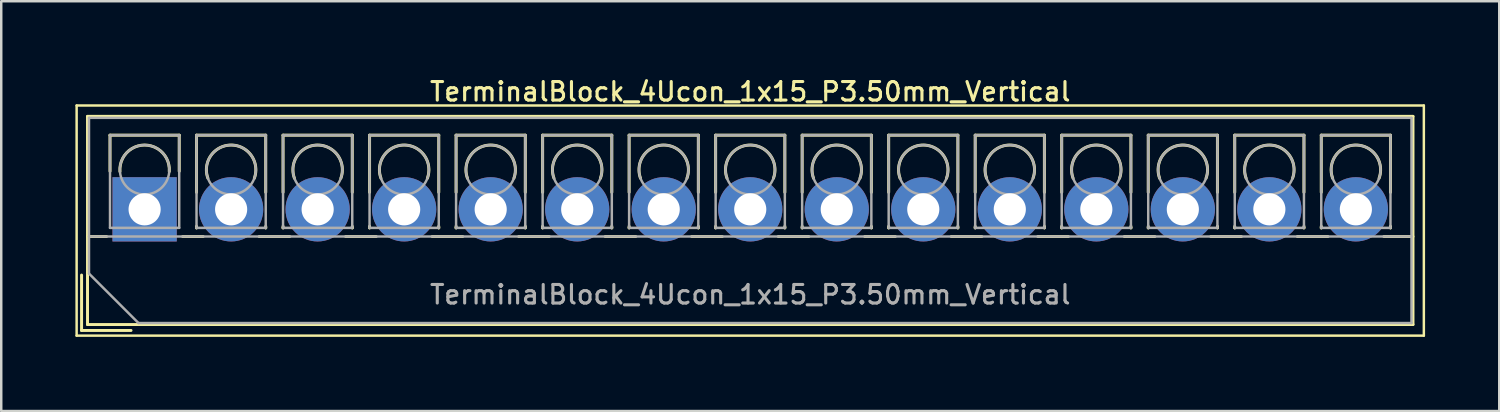
<source format=kicad_pcb>
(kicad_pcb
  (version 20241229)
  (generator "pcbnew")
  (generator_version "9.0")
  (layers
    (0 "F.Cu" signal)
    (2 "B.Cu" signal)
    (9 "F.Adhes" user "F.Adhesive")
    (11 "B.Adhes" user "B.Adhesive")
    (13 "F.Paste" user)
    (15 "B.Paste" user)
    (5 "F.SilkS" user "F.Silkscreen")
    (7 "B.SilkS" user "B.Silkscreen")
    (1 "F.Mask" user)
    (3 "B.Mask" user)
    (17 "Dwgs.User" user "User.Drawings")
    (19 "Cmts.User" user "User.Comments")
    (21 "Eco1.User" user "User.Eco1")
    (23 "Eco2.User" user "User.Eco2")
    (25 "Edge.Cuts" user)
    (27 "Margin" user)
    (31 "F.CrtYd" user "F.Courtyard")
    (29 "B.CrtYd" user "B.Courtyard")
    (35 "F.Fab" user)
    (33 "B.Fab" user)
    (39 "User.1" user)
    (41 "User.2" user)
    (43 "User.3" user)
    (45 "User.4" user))
  (footprint "TerminalBlock_4Ucon_1x15_P3.50mm_Vertical"
    (layer "F.Cu")
    (at 2.8 5.418)
    (property "Reference" "TerminalBlock_4Ucon_1x15_P3.50mm_Vertical" (at 24.5 -4.76 0) (layer "F.SilkS") (effects (font (size 0.75 0.75) (thickness 0.125))))
    (attr through_hole)
    (fp_line (start -2.75 -4.2) (end -2.75 5.11) (stroke (width 0.1) (type solid)) (layer "F.SilkS"))
    (fp_line (start -2.75 5.11) (end 51.75 5.11) (stroke (width 0.1) (type solid)) (layer "F.SilkS"))
    (fp_line (start -2.55 2.66) (end -2.55 4.9) (stroke (width 0.12) (type solid)) (layer "F.SilkS"))
    (fp_line (start -2.55 4.9) (end -0.55 4.9) (stroke (width 0.12) (type solid)) (layer "F.SilkS"))
    (fp_line (start -2.31 -3.76) (end -2.31 4.66) (stroke (width 0.12) (type solid)) (layer "F.SilkS"))
    (fp_line (start -2.31 -3.76) (end 51.31 -3.76) (stroke (width 0.12) (type solid)) (layer "F.SilkS"))
    (fp_line (start -2.31 1.101) (end -1.54 1.101) (stroke (width 0.12) (type solid)) (layer "F.SilkS"))
    (fp_line (start -2.31 4.66) (end 51.31 4.66) (stroke (width 0.12) (type solid)) (layer "F.SilkS"))
    (fp_line (start -1.4 -3) (end -1.4 -1.54) (stroke (width 0.12) (type solid)) (layer "F.SilkS"))
    (fp_line (start -1.4 -3) (end 1.4 -3) (stroke (width 0.12) (type solid)) (layer "F.SilkS"))
    (fp_line (start 1.4 -3) (end 1.4 -1.54) (stroke (width 0.12) (type solid)) (layer "F.SilkS"))
    (fp_line (start 1.54 1.101) (end 2.367 1.101) (stroke (width 0.12) (type solid)) (layer "F.SilkS"))
    (fp_line (start 2.1 -3) (end 2.1 -0.689) (stroke (width 0.12) (type solid)) (layer "F.SilkS"))
    (fp_line (start 2.1 -3) (end 4.9 -3) (stroke (width 0.12) (type solid)) (layer "F.SilkS"))
    (fp_line (start 2.1 0.689) (end 2.1 0.75) (stroke (width 0.12) (type solid)) (layer "F.SilkS"))
    (fp_line (start 2.1 0.75) (end 2.101 0.75) (stroke (width 0.12) (type solid)) (layer "F.SilkS"))
    (fp_line (start 4.634 1.101) (end 5.867 1.101) (stroke (width 0.12) (type solid)) (layer "F.SilkS"))
    (fp_line (start 4.9 -3) (end 4.9 -0.689) (stroke (width 0.12) (type solid)) (layer "F.SilkS"))
    (fp_line (start 4.9 0.689) (end 4.9 0.75) (stroke (width 0.12) (type solid)) (layer "F.SilkS"))
    (fp_line (start 4.9 0.75) (end 4.9 0.75) (stroke (width 0.12) (type solid)) (layer "F.SilkS"))
    (fp_line (start 5.6 -3) (end 5.6 -0.689) (stroke (width 0.12) (type solid)) (layer "F.SilkS"))
    (fp_line (start 5.6 -3) (end 8.4 -3) (stroke (width 0.12) (type solid)) (layer "F.SilkS"))
    (fp_line (start 5.6 0.689) (end 5.6 0.75) (stroke (width 0.12) (type solid)) (layer "F.SilkS"))
    (fp_line (start 5.6 0.75) (end 5.601 0.75) (stroke (width 0.12) (type solid)) (layer "F.SilkS"))
    (fp_line (start 8.134 1.101) (end 9.367 1.101) (stroke (width 0.12) (type solid)) (layer "F.SilkS"))
    (fp_line (start 8.4 -3) (end 8.4 -0.689) (stroke (width 0.12) (type solid)) (layer "F.SilkS"))
    (fp_line (start 8.4 0.689) (end 8.4 0.75) (stroke (width 0.12) (type solid)) (layer "F.SilkS"))
    (fp_line (start 8.4 0.75) (end 8.4 0.75) (stroke (width 0.12) (type solid)) (layer "F.SilkS"))
    (fp_line (start 9.1 -3) (end 9.1 -0.689) (stroke (width 0.12) (type solid)) (layer "F.SilkS"))
    (fp_line (start 9.1 -3) (end 11.9 -3) (stroke (width 0.12) (type solid)) (layer "F.SilkS"))
    (fp_line (start 9.1 0.689) (end 9.1 0.75) (stroke (width 0.12) (type solid)) (layer "F.SilkS"))
    (fp_line (start 9.1 0.75) (end 9.101 0.75) (stroke (width 0.12) (type solid)) (layer "F.SilkS"))
    (fp_line (start 11.634 1.101) (end 12.867 1.101) (stroke (width 0.12) (type solid)) (layer "F.SilkS"))
    (fp_line (start 11.9 -3) (end 11.9 -0.689) (stroke (width 0.12) (type solid)) (layer "F.SilkS"))
    (fp_line (start 11.9 0.689) (end 11.9 0.75) (stroke (width 0.12) (type solid)) (layer "F.SilkS"))
    (fp_line (start 11.9 0.75) (end 11.9 0.75) (stroke (width 0.12) (type solid)) (layer "F.SilkS"))
    (fp_line (start 12.6 -3) (end 12.6 -0.689) (stroke (width 0.12) (type solid)) (layer "F.SilkS"))
    (fp_line (start 12.6 -3) (end 15.4 -3) (stroke (width 0.12) (type solid)) (layer "F.SilkS"))
    (fp_line (start 12.6 0.689) (end 12.6 0.75) (stroke (width 0.12) (type solid)) (layer "F.SilkS"))
    (fp_line (start 12.6 0.75) (end 12.601 0.75) (stroke (width 0.12) (type solid)) (layer "F.SilkS"))
    (fp_line (start 15.134 1.101) (end 16.367 1.101) (stroke (width 0.12) (type solid)) (layer "F.SilkS"))
    (fp_line (start 15.4 -3) (end 15.4 -0.689) (stroke (width 0.12) (type solid)) (layer "F.SilkS"))
    (fp_line (start 15.4 0.689) (end 15.4 0.75) (stroke (width 0.12) (type solid)) (layer "F.SilkS"))
    (fp_line (start 15.4 0.75) (end 15.4 0.75) (stroke (width 0.12) (type solid)) (layer "F.SilkS"))
    (fp_line (start 16.101 -3) (end 16.101 -0.689) (stroke (width 0.12) (type solid)) (layer "F.SilkS"))
    (fp_line (start 16.101 -3) (end 18.9 -3) (stroke (width 0.12) (type solid)) (layer "F.SilkS"))
    (fp_line (start 16.101 0.689) (end 16.101 0.75) (stroke (width 0.12) (type solid)) (layer "F.SilkS"))
    (fp_line (start 16.101 0.75) (end 16.101 0.75) (stroke (width 0.12) (type solid)) (layer "F.SilkS"))
    (fp_line (start 18.634 1.101) (end 19.867 1.101) (stroke (width 0.12) (type solid)) (layer "F.SilkS"))
    (fp_line (start 18.9 -3) (end 18.9 -0.689) (stroke (width 0.12) (type solid)) (layer "F.SilkS"))
    (fp_line (start 18.9 0.689) (end 18.9 0.75) (stroke (width 0.12) (type solid)) (layer "F.SilkS"))
    (fp_line (start 18.9 0.75) (end 18.9 0.75) (stroke (width 0.12) (type solid)) (layer "F.SilkS"))
    (fp_line (start 19.6 -3) (end 19.6 -0.689) (stroke (width 0.12) (type solid)) (layer "F.SilkS"))
    (fp_line (start 19.6 -3) (end 22.4 -3) (stroke (width 0.12) (type solid)) (layer "F.SilkS"))
    (fp_line (start 19.6 0.689) (end 19.6 0.75) (stroke (width 0.12) (type solid)) (layer "F.SilkS"))
    (fp_line (start 19.6 0.75) (end 19.601 0.75) (stroke (width 0.12) (type solid)) (layer "F.SilkS"))
    (fp_line (start 22.134 1.101) (end 23.367 1.101) (stroke (width 0.12) (type solid)) (layer "F.SilkS"))
    (fp_line (start 22.4 -3) (end 22.4 -0.689) (stroke (width 0.12) (type solid)) (layer "F.SilkS"))
    (fp_line (start 22.4 0.689) (end 22.4 0.75) (stroke (width 0.12) (type solid)) (layer "F.SilkS"))
    (fp_line (start 22.4 0.75) (end 22.4 0.75) (stroke (width 0.12) (type solid)) (layer "F.SilkS"))
    (fp_line (start 23.1 -3) (end 23.1 -0.689) (stroke (width 0.12) (type solid)) (layer "F.SilkS"))
    (fp_line (start 23.1 -3) (end 25.9 -3) (stroke (width 0.12) (type solid)) (layer "F.SilkS"))
    (fp_line (start 23.1 0.689) (end 23.1 0.75) (stroke (width 0.12) (type solid)) (layer "F.SilkS"))
    (fp_line (start 23.1 0.75) (end 23.101 0.75) (stroke (width 0.12) (type solid)) (layer "F.SilkS"))
    (fp_line (start 25.634 1.101) (end 26.867 1.101) (stroke (width 0.12) (type solid)) (layer "F.SilkS"))
    (fp_line (start 25.9 -3) (end 25.9 -0.689) (stroke (width 0.12) (type solid)) (layer "F.SilkS"))
    (fp_line (start 25.9 0.689) (end 25.9 0.75) (stroke (width 0.12) (type solid)) (layer "F.SilkS"))
    (fp_line (start 25.9 0.75) (end 25.9 0.75) (stroke (width 0.12) (type solid)) (layer "F.SilkS"))
    (fp_line (start 26.6 -3) (end 26.6 -0.689) (stroke (width 0.12) (type solid)) (layer "F.SilkS"))
    (fp_line (start 26.6 -3) (end 29.4 -3) (stroke (width 0.12) (type solid)) (layer "F.SilkS"))
    (fp_line (start 26.6 0.689) (end 26.6 0.75) (stroke (width 0.12) (type solid)) (layer "F.SilkS"))
    (fp_line (start 26.6 0.75) (end 26.601 0.75) (stroke (width 0.12) (type solid)) (layer "F.SilkS"))
    (fp_line (start 29.134 1.101) (end 30.367 1.101) (stroke (width 0.12) (type solid)) (layer "F.SilkS"))
    (fp_line (start 29.4 -3) (end 29.4 -0.689) (stroke (width 0.12) (type solid)) (layer "F.SilkS"))
    (fp_line (start 29.4 0.689) (end 29.4 0.75) (stroke (width 0.12) (type solid)) (layer "F.SilkS"))
    (fp_line (start 29.4 0.75) (end 29.4 0.75) (stroke (width 0.12) (type solid)) (layer "F.SilkS"))
    (fp_line (start 30.1 -3) (end 30.1 -0.689) (stroke (width 0.12) (type solid)) (layer "F.SilkS"))
    (fp_line (start 30.1 -3) (end 32.9 -3) (stroke (width 0.12) (type solid)) (layer "F.SilkS"))
    (fp_line (start 30.1 0.689) (end 30.1 0.75) (stroke (width 0.12) (type solid)) (layer "F.SilkS"))
    (fp_line (start 30.1 0.75) (end 30.101 0.75) (stroke (width 0.12) (type solid)) (layer "F.SilkS"))
    (fp_line (start 32.634 1.101) (end 33.867 1.101) (stroke (width 0.12) (type solid)) (layer "F.SilkS"))
    (fp_line (start 32.9 -3) (end 32.9 -0.689) (stroke (width 0.12) (type solid)) (layer "F.SilkS"))
    (fp_line (start 32.9 0.689) (end 32.9 0.75) (stroke (width 0.12) (type solid)) (layer "F.SilkS"))
    (fp_line (start 32.9 0.75) (end 32.9 0.75) (stroke (width 0.12) (type solid)) (layer "F.SilkS"))
    (fp_line (start 33.6 -3) (end 33.6 -0.689) (stroke (width 0.12) (type solid)) (layer "F.SilkS"))
    (fp_line (start 33.6 -3) (end 36.4 -3) (stroke (width 0.12) (type solid)) (layer "F.SilkS"))
    (fp_line (start 33.6 0.689) (end 33.6 0.75) (stroke (width 0.12) (type solid)) (layer "F.SilkS"))
    (fp_line (start 33.6 0.75) (end 33.601 0.75) (stroke (width 0.12) (type solid)) (layer "F.SilkS"))
    (fp_line (start 36.134 1.101) (end 37.367 1.101) (stroke (width 0.12) (type solid)) (layer "F.SilkS"))
    (fp_line (start 36.4 -3) (end 36.4 -0.689) (stroke (width 0.12) (type solid)) (layer "F.SilkS"))
    (fp_line (start 36.4 0.689) (end 36.4 0.75) (stroke (width 0.12) (type solid)) (layer "F.SilkS"))
    (fp_line (start 36.4 0.75) (end 36.4 0.75) (stroke (width 0.12) (type solid)) (layer "F.SilkS"))
    (fp_line (start 37.1 -3) (end 37.1 -0.689) (stroke (width 0.12) (type solid)) (layer "F.SilkS"))
    (fp_line (start 37.1 -3) (end 39.9 -3) (stroke (width 0.12) (type solid)) (layer "F.SilkS"))
    (fp_line (start 37.1 0.689) (end 37.1 0.75) (stroke (width 0.12) (type solid)) (layer "F.SilkS"))
    (fp_line (start 37.1 0.75) (end 37.101 0.75) (stroke (width 0.12) (type solid)) (layer "F.SilkS"))
    (fp_line (start 39.634 1.101) (end 40.867 1.101) (stroke (width 0.12) (type solid)) (layer "F.SilkS"))
    (fp_line (start 39.9 -3) (end 39.9 -0.689) (stroke (width 0.12) (type solid)) (layer "F.SilkS"))
    (fp_line (start 39.9 0.689) (end 39.9 0.75) (stroke (width 0.12) (type solid)) (layer "F.SilkS"))
    (fp_line (start 39.9 0.75) (end 39.9 0.75) (stroke (width 0.12) (type solid)) (layer "F.SilkS"))
    (fp_line (start 40.6 -3) (end 40.6 -0.689) (stroke (width 0.12) (type solid)) (layer "F.SilkS"))
    (fp_line (start 40.6 -3) (end 43.4 -3) (stroke (width 0.12) (type solid)) (layer "F.SilkS"))
    (fp_line (start 40.6 0.689) (end 40.6 0.75) (stroke (width 0.12) (type solid)) (layer "F.SilkS"))
    (fp_line (start 40.6 0.75) (end 40.601 0.75) (stroke (width 0.12) (type solid)) (layer "F.SilkS"))
    (fp_line (start 43.134 1.101) (end 44.367 1.101) (stroke (width 0.12) (type solid)) (layer "F.SilkS"))
    (fp_line (start 43.4 -3) (end 43.4 -0.689) (stroke (width 0.12) (type solid)) (layer "F.SilkS"))
    (fp_line (start 43.4 0.689) (end 43.4 0.75) (stroke (width 0.12) (type solid)) (layer "F.SilkS"))
    (fp_line (start 43.4 0.75) (end 43.4 0.75) (stroke (width 0.12) (type solid)) (layer "F.SilkS"))
    (fp_line (start 44.1 -3) (end 44.1 -0.689) (stroke (width 0.12) (type solid)) (layer "F.SilkS"))
    (fp_line (start 44.1 -3) (end 46.9 -3) (stroke (width 0.12) (type solid)) (layer "F.SilkS"))
    (fp_line (start 44.1 0.689) (end 44.1 0.75) (stroke (width 0.12) (type solid)) (layer "F.SilkS"))
    (fp_line (start 44.1 0.75) (end 44.101 0.75) (stroke (width 0.12) (type solid)) (layer "F.SilkS"))
    (fp_line (start 46.634 1.101) (end 47.867 1.101) (stroke (width 0.12) (type solid)) (layer "F.SilkS"))
    (fp_line (start 46.9 -3) (end 46.9 -0.689) (stroke (width 0.12) (type solid)) (layer "F.SilkS"))
    (fp_line (start 46.9 0.689) (end 46.9 0.75) (stroke (width 0.12) (type solid)) (layer "F.SilkS"))
    (fp_line (start 46.9 0.75) (end 46.9 0.75) (stroke (width 0.12) (type solid)) (layer "F.SilkS"))
    (fp_line (start 47.6 -3) (end 47.6 -0.689) (stroke (width 0.12) (type solid)) (layer "F.SilkS"))
    (fp_line (start 47.6 -3) (end 50.4 -3) (stroke (width 0.12) (type solid)) (layer "F.SilkS"))
    (fp_line (start 47.6 0.689) (end 47.6 0.75) (stroke (width 0.12) (type solid)) (layer "F.SilkS"))
    (fp_line (start 47.6 0.75) (end 47.601 0.75) (stroke (width 0.12) (type solid)) (layer "F.SilkS"))
    (fp_line (start 50.134 1.101) (end 51.31 1.101) (stroke (width 0.12) (type solid)) (layer "F.SilkS"))
    (fp_line (start 50.4 -3) (end 50.4 -0.689) (stroke (width 0.12) (type solid)) (layer "F.SilkS"))
    (fp_line (start 50.4 0.689) (end 50.4 0.75) (stroke (width 0.12) (type solid)) (layer "F.SilkS"))
    (fp_line (start 50.4 0.75) (end 50.4 0.75) (stroke (width 0.12) (type solid)) (layer "F.SilkS"))
    (fp_line (start 51.31 -3.76) (end 51.31 4.66) (stroke (width 0.12) (type solid)) (layer "F.SilkS"))
    (fp_line (start 51.75 -4.2) (end -2.75 -4.2) (stroke (width 0.1) (type solid)) (layer "F.SilkS"))
    (fp_line (start 51.75 5.11) (end 51.75 -4.2) (stroke (width 0.1) (type solid)) (layer "F.SilkS"))
    (fp_arc (start -0.99789 -1.529434) (mid -0.000785 -2.600382) (end 0.998 -1.531) (stroke (width 0.12) (type solid)) (layer "F.SilkS"))
    (fp_arc (start 2.560085 -1.257767) (mid 3.499876 -2.600282) (end 4.44 -1.258) (stroke (width 0.12) (type solid)) (layer "F.SilkS"))
    (fp_arc (start 6.060085 -1.257767) (mid 6.999876 -2.600282) (end 7.94 -1.258) (stroke (width 0.12) (type solid)) (layer "F.SilkS"))
    (fp_arc (start 9.560085 -1.257767) (mid 10.499876 -2.600282) (end 11.44 -1.258) (stroke (width 0.12) (type solid)) (layer "F.SilkS"))
    (fp_arc (start 13.060085 -1.257767) (mid 13.999876 -2.600282) (end 14.94 -1.258) (stroke (width 0.12) (type solid)) (layer "F.SilkS"))
    (fp_arc (start 16.560085 -1.257767) (mid 17.499876 -2.600282) (end 18.44 -1.258) (stroke (width 0.12) (type solid)) (layer "F.SilkS"))
    (fp_arc (start 20.060085 -1.257767) (mid 20.999876 -2.600282) (end 21.94 -1.258) (stroke (width 0.12) (type solid)) (layer "F.SilkS"))
    (fp_arc (start 23.560085 -1.257767) (mid 24.499876 -2.600282) (end 25.44 -1.258) (stroke (width 0.12) (type solid)) (layer "F.SilkS"))
    (fp_arc (start 27.060085 -1.257767) (mid 27.999876 -2.600282) (end 28.94 -1.258) (stroke (width 0.12) (type solid)) (layer "F.SilkS"))
    (fp_arc (start 30.560085 -1.257767) (mid 31.499876 -2.600282) (end 32.44 -1.258) (stroke (width 0.12) (type solid)) (layer "F.SilkS"))
    (fp_arc (start 34.060085 -1.257767) (mid 34.999876 -2.600282) (end 35.94 -1.258) (stroke (width 0.12) (type solid)) (layer "F.SilkS"))
    (fp_arc (start 37.560085 -1.257767) (mid 38.499876 -2.600282) (end 39.44 -1.258) (stroke (width 0.12) (type solid)) (layer "F.SilkS"))
    (fp_arc (start 41.060085 -1.257767) (mid 41.999876 -2.600282) (end 42.94 -1.258) (stroke (width 0.12) (type solid)) (layer "F.SilkS"))
    (fp_arc (start 44.560085 -1.257767) (mid 45.499876 -2.600282) (end 46.44 -1.258) (stroke (width 0.12) (type solid)) (layer "F.SilkS"))
    (fp_arc (start 48.060085 -1.257767) (mid 48.999876 -2.600282) (end 49.94 -1.258) (stroke (width 0.12) (type solid)) (layer "F.SilkS"))
    (fp_line (start -2.25 -3.7) (end 51.25 -3.7) (stroke (width 0.1) (type solid)) (layer "F.Fab"))
    (fp_line (start -2.25 1.1) (end 51.25 1.1) (stroke (width 0.1) (type solid)) (layer "F.Fab"))
    (fp_line (start -2.25 2.6) (end -2.25 -3.7) (stroke (width 0.1) (type solid)) (layer "F.Fab"))
    (fp_line (start -1.4 -3) (end -1.4 0.75) (stroke (width 0.1) (type solid)) (layer "F.Fab"))
    (fp_line (start -1.4 0.75) (end 1.4 0.75) (stroke (width 0.1) (type solid)) (layer "F.Fab"))
    (fp_line (start -0.25 4.6) (end -2.25 2.6) (stroke (width 0.1) (type solid)) (layer "F.Fab"))
    (fp_line (start 1.4 -3) (end -1.4 -3) (stroke (width 0.1) (type solid)) (layer "F.Fab"))
    (fp_line (start 1.4 0.75) (end 1.4 -3) (stroke (width 0.1) (type solid)) (layer "F.Fab"))
    (fp_line (start 2.1 -3) (end 2.1 0.75) (stroke (width 0.1) (type solid)) (layer "F.Fab"))
    (fp_line (start 2.1 0.75) (end 4.9 0.75) (stroke (width 0.1) (type solid)) (layer "F.Fab"))
    (fp_line (start 4.9 -3) (end 2.1 -3) (stroke (width 0.1) (type solid)) (layer "F.Fab"))
    (fp_line (start 4.9 0.75) (end 4.9 -3) (stroke (width 0.1) (type solid)) (layer "F.Fab"))
    (fp_line (start 5.6 -3) (end 5.6 0.75) (stroke (width 0.1) (type solid)) (layer "F.Fab"))
    (fp_line (start 5.6 0.75) (end 8.4 0.75) (stroke (width 0.1) (type solid)) (layer "F.Fab"))
    (fp_line (start 8.4 -3) (end 5.6 -3) (stroke (width 0.1) (type solid)) (layer "F.Fab"))
    (fp_line (start 8.4 0.75) (end 8.4 -3) (stroke (width 0.1) (type solid)) (layer "F.Fab"))
    (fp_line (start 9.1 -3) (end 9.1 0.75) (stroke (width 0.1) (type solid)) (layer "F.Fab"))
    (fp_line (start 9.1 0.75) (end 11.9 0.75) (stroke (width 0.1) (type solid)) (layer "F.Fab"))
    (fp_line (start 11.9 -3) (end 9.1 -3) (stroke (width 0.1) (type solid)) (layer "F.Fab"))
    (fp_line (start 11.9 0.75) (end 11.9 -3) (stroke (width 0.1) (type solid)) (layer "F.Fab"))
    (fp_line (start 12.6 -3) (end 12.6 0.75) (stroke (width 0.1) (type solid)) (layer "F.Fab"))
    (fp_line (start 12.6 0.75) (end 15.4 0.75) (stroke (width 0.1) (type solid)) (layer "F.Fab"))
    (fp_line (start 15.4 -3) (end 12.6 -3) (stroke (width 0.1) (type solid)) (layer "F.Fab"))
    (fp_line (start 15.4 0.75) (end 15.4 -3) (stroke (width 0.1) (type solid)) (layer "F.Fab"))
    (fp_line (start 16.101 -3) (end 16.101 0.75) (stroke (width 0.1) (type solid)) (layer "F.Fab"))
    (fp_line (start 16.101 0.75) (end 18.9 0.75) (stroke (width 0.1) (type solid)) (layer "F.Fab"))
    (fp_line (start 18.9 -3) (end 16.101 -3) (stroke (width 0.1) (type solid)) (layer "F.Fab"))
    (fp_line (start 18.9 0.75) (end 18.9 -3) (stroke (width 0.1) (type solid)) (layer "F.Fab"))
    (fp_line (start 19.6 -3) (end 19.6 0.75) (stroke (width 0.1) (type solid)) (layer "F.Fab"))
    (fp_line (start 19.6 0.75) (end 22.4 0.75) (stroke (width 0.1) (type solid)) (layer "F.Fab"))
    (fp_line (start 22.4 -3) (end 19.6 -3) (stroke (width 0.1) (type solid)) (layer "F.Fab"))
    (fp_line (start 22.4 0.75) (end 22.4 -3) (stroke (width 0.1) (type solid)) (layer "F.Fab"))
    (fp_line (start 23.1 -3) (end 23.1 0.75) (stroke (width 0.1) (type solid)) (layer "F.Fab"))
    (fp_line (start 23.1 0.75) (end 25.9 0.75) (stroke (width 0.1) (type solid)) (layer "F.Fab"))
    (fp_line (start 25.9 -3) (end 23.1 -3) (stroke (width 0.1) (type solid)) (layer "F.Fab"))
    (fp_line (start 25.9 0.75) (end 25.9 -3) (stroke (width 0.1) (type solid)) (layer "F.Fab"))
    (fp_line (start 26.6 -3) (end 26.6 0.75) (stroke (width 0.1) (type solid)) (layer "F.Fab"))
    (fp_line (start 26.6 0.75) (end 29.4 0.75) (stroke (width 0.1) (type solid)) (layer "F.Fab"))
    (fp_line (start 29.4 -3) (end 26.6 -3) (stroke (width 0.1) (type solid)) (layer "F.Fab"))
    (fp_line (start 29.4 0.75) (end 29.4 -3) (stroke (width 0.1) (type solid)) (layer "F.Fab"))
    (fp_line (start 30.1 -3) (end 30.1 0.75) (stroke (width 0.1) (type solid)) (layer "F.Fab"))
    (fp_line (start 30.1 0.75) (end 32.9 0.75) (stroke (width 0.1) (type solid)) (layer "F.Fab"))
    (fp_line (start 32.9 -3) (end 30.1 -3) (stroke (width 0.1) (type solid)) (layer "F.Fab"))
    (fp_line (start 32.9 0.75) (end 32.9 -3) (stroke (width 0.1) (type solid)) (layer "F.Fab"))
    (fp_line (start 33.6 -3) (end 33.6 0.75) (stroke (width 0.1) (type solid)) (layer "F.Fab"))
    (fp_line (start 33.6 0.75) (end 36.4 0.75) (stroke (width 0.1) (type solid)) (layer "F.Fab"))
    (fp_line (start 36.4 -3) (end 33.6 -3) (stroke (width 0.1) (type solid)) (layer "F.Fab"))
    (fp_line (start 36.4 0.75) (end 36.4 -3) (stroke (width 0.1) (type solid)) (layer "F.Fab"))
    (fp_line (start 37.1 -3) (end 37.1 0.75) (stroke (width 0.1) (type solid)) (layer "F.Fab"))
    (fp_line (start 37.1 0.75) (end 39.9 0.75) (stroke (width 0.1) (type solid)) (layer "F.Fab"))
    (fp_line (start 39.9 -3) (end 37.1 -3) (stroke (width 0.1) (type solid)) (layer "F.Fab"))
    (fp_line (start 39.9 0.75) (end 39.9 -3) (stroke (width 0.1) (type solid)) (layer "F.Fab"))
    (fp_line (start 40.6 -3) (end 40.6 0.75) (stroke (width 0.1) (type solid)) (layer "F.Fab"))
    (fp_line (start 40.6 0.75) (end 43.4 0.75) (stroke (width 0.1) (type solid)) (layer "F.Fab"))
    (fp_line (start 43.4 -3) (end 40.6 -3) (stroke (width 0.1) (type solid)) (layer "F.Fab"))
    (fp_line (start 43.4 0.75) (end 43.4 -3) (stroke (width 0.1) (type solid)) (layer "F.Fab"))
    (fp_line (start 44.1 -3) (end 44.1 0.75) (stroke (width 0.1) (type solid)) (layer "F.Fab"))
    (fp_line (start 44.1 0.75) (end 46.9 0.75) (stroke (width 0.1) (type solid)) (layer "F.Fab"))
    (fp_line (start 46.9 -3) (end 44.1 -3) (stroke (width 0.1) (type solid)) (layer "F.Fab"))
    (fp_line (start 46.9 0.75) (end 46.9 -3) (stroke (width 0.1) (type solid)) (layer "F.Fab"))
    (fp_line (start 47.6 -3) (end 47.6 0.75) (stroke (width 0.1) (type solid)) (layer "F.Fab"))
    (fp_line (start 47.6 0.75) (end 50.4 0.75) (stroke (width 0.1) (type solid)) (layer "F.Fab"))
    (fp_line (start 50.4 -3) (end 47.6 -3) (stroke (width 0.1) (type solid)) (layer "F.Fab"))
    (fp_line (start 50.4 0.75) (end 50.4 -3) (stroke (width 0.1) (type solid)) (layer "F.Fab"))
    (fp_line (start 51.25 -3.7) (end 51.25 4.6) (stroke (width 0.1) (type solid)) (layer "F.Fab"))
    (fp_line (start 51.25 4.6) (end -0.25 4.6) (stroke (width 0.1) (type solid)) (layer "F.Fab"))
    (fp_circle (center 0 -1.6) (end 1 -1.6) (stroke (width 0.1) (type solid)) (fill no) (layer "F.Fab"))
    (fp_circle (center 3.5 -1.6) (end 4.5 -1.6) (stroke (width 0.1) (type solid)) (fill no) (layer "F.Fab"))
    (fp_circle (center 7 -1.6) (end 8 -1.6) (stroke (width 0.1) (type solid)) (fill no) (layer "F.Fab"))
    (fp_circle (center 10.5 -1.6) (end 11.5 -1.6) (stroke (width 0.1) (type solid)) (fill no) (layer "F.Fab"))
    (fp_circle (center 14 -1.6) (end 15 -1.6) (stroke (width 0.1) (type solid)) (fill no) (layer "F.Fab"))
    (fp_circle (center 17.5 -1.6) (end 18.5 -1.6) (stroke (width 0.1) (type solid)) (fill no) (layer "F.Fab"))
    (fp_circle (center 21 -1.6) (end 22 -1.6) (stroke (width 0.1) (type solid)) (fill no) (layer "F.Fab"))
    (fp_circle (center 24.5 -1.6) (end 25.5 -1.6) (stroke (width 0.1) (type solid)) (fill no) (layer "F.Fab"))
    (fp_circle (center 28 -1.6) (end 29 -1.6) (stroke (width 0.1) (type solid)) (fill no) (layer "F.Fab"))
    (fp_circle (center 31.5 -1.6) (end 32.5 -1.6) (stroke (width 0.1) (type solid)) (fill no) (layer "F.Fab"))
    (fp_circle (center 35 -1.6) (end 36 -1.6) (stroke (width 0.1) (type solid)) (fill no) (layer "F.Fab"))
    (fp_circle (center 38.5 -1.6) (end 39.5 -1.6) (stroke (width 0.1) (type solid)) (fill no) (layer "F.Fab"))
    (fp_circle (center 42 -1.6) (end 43 -1.6) (stroke (width 0.1) (type solid)) (fill no) (layer "F.Fab"))
    (fp_circle (center 45.5 -1.6) (end 46.5 -1.6) (stroke (width 0.1) (type solid)) (fill no) (layer "F.Fab"))
    (fp_circle (center 49 -1.6) (end 50 -1.6) (stroke (width 0.1) (type solid)) (fill no) (layer "F.Fab"))
    (fp_text user "${REFERENCE}" (at 24.5 3.45 0) (layer "F.Fab") (effects (font (size 0.75 0.75) (thickness 0.125))))
    (pad "1" thru_hole rect (at 0 0) (size 2.6 2.6) (drill 1.3) (layers "*.Cu" "*.Mask"))
    (pad "2" thru_hole circle (at 3.5 0) (size 2.6 2.6) (drill 1.3) (layers "*.Cu" "*.Mask"))
    (pad "3" thru_hole circle (at 7 0) (size 2.6 2.6) (drill 1.3) (layers "*.Cu" "*.Mask"))
    (pad "4" thru_hole circle (at 10.5 0) (size 2.6 2.6) (drill 1.3) (layers "*.Cu" "*.Mask"))
    (pad "5" thru_hole circle (at 14 0) (size 2.6 2.6) (drill 1.3) (layers "*.Cu" "*.Mask"))
    (pad "6" thru_hole circle (at 17.5 0) (size 2.6 2.6) (drill 1.3) (layers "*.Cu" "*.Mask"))
    (pad "7" thru_hole circle (at 21 0) (size 2.6 2.6) (drill 1.3) (layers "*.Cu" "*.Mask"))
    (pad "8" thru_hole circle (at 24.5 0) (size 2.6 2.6) (drill 1.3) (layers "*.Cu" "*.Mask"))
    (pad "9" thru_hole circle (at 28 0) (size 2.6 2.6) (drill 1.3) (layers "*.Cu" "*.Mask"))
    (pad "10" thru_hole circle (at 31.5 0) (size 2.6 2.6) (drill 1.3) (layers "*.Cu" "*.Mask"))
    (pad "11" thru_hole circle (at 35 0) (size 2.6 2.6) (drill 1.3) (layers "*.Cu" "*.Mask"))
    (pad "12" thru_hole circle (at 38.5 0) (size 2.6 2.6) (drill 1.3) (layers "*.Cu" "*.Mask"))
    (pad "13" thru_hole circle (at 42 0) (size 2.6 2.6) (drill 1.3) (layers "*.Cu" "*.Mask"))
    (pad "14" thru_hole circle (at 45.5 0) (size 2.6 2.6) (drill 1.3) (layers "*.Cu" "*.Mask"))
    (pad "15" thru_hole circle (at 49 0) (size 2.6 2.6) (drill 1.3) (layers "*.Cu" "*.Mask")))
  (gr_rect
    (start -3 -3)
    (end 57.6 13.578)
    (stroke (width 0.1) (type default))
    (fill no)
    (layer "Edge.Cuts")))
</source>
